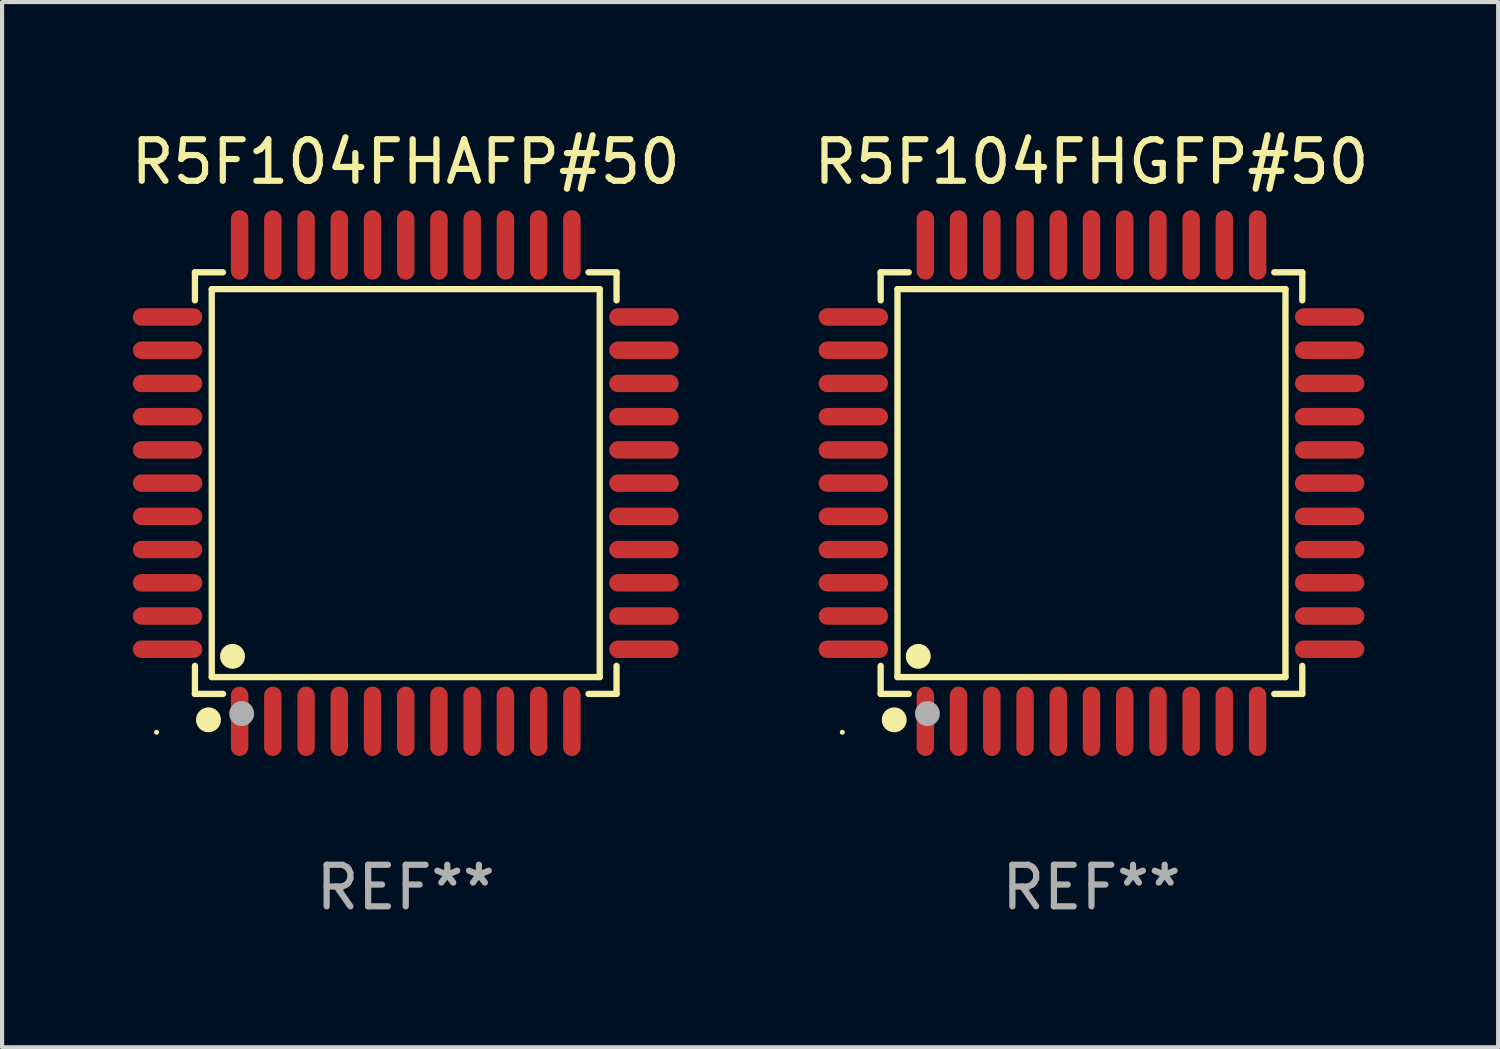
<source format=kicad_pcb>
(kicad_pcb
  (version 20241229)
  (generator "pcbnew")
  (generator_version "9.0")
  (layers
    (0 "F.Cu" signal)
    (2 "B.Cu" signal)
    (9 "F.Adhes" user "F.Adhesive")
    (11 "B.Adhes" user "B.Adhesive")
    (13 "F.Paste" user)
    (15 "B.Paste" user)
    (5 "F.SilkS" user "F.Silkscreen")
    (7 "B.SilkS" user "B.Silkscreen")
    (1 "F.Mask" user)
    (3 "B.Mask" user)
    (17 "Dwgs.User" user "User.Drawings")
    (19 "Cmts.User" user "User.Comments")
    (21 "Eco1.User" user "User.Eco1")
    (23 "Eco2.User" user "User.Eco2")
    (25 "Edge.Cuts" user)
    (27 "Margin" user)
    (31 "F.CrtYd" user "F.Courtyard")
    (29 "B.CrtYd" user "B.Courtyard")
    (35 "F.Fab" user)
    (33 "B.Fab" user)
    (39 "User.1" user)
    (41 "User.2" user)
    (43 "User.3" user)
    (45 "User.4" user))
  (footprint "R5F104FHGFP#50"
    (layer "F.Cu")
    (at 23.232 8.583)
    (property "Reference" "R5F104FHGFP#50" (at 0 -7.735 0) (layer "F.SilkS") (effects (font (size 1 1) (thickness 0.15))))
    (attr through_hole)
    (fp_line (start -5.076 -5.076) (end -4.401 -5.076) (stroke (width 0.152) (type solid)) (layer "F.SilkS"))
    (fp_line (start -5.076 -4.401) (end -5.076 -5.076) (stroke (width 0.152) (type solid)) (layer "F.SilkS"))
    (fp_line (start -5.076 4.401) (end -5.076 5.076) (stroke (width 0.152) (type solid)) (layer "F.SilkS"))
    (fp_line (start -5.076 5.076) (end -4.401 5.076) (stroke (width 0.152) (type solid)) (layer "F.SilkS"))
    (fp_line (start -4.671 -4.671) (end 4.671 -4.671) (stroke (width 0.152) (type solid)) (layer "F.SilkS"))
    (fp_line (start -4.671 4.671) (end -4.671 -4.671) (stroke (width 0.152) (type solid)) (layer "F.SilkS"))
    (fp_line (start 4.671 -4.671) (end 4.671 4.671) (stroke (width 0.152) (type solid)) (layer "F.SilkS"))
    (fp_line (start 4.671 4.671) (end -4.671 4.671) (stroke (width 0.152) (type solid)) (layer "F.SilkS"))
    (fp_line (start 5.076 -5.076) (end 4.401 -5.076) (stroke (width 0.152) (type solid)) (layer "F.SilkS"))
    (fp_line (start 5.076 -4.401) (end 5.076 -5.076) (stroke (width 0.152) (type solid)) (layer "F.SilkS"))
    (fp_line (start 5.076 4.401) (end 5.076 5.076) (stroke (width 0.152) (type solid)) (layer "F.SilkS"))
    (fp_line (start 5.076 5.076) (end 4.401 5.076) (stroke (width 0.152) (type solid)) (layer "F.SilkS"))
    (fp_circle (center -6 6) (end -5.97 6) (stroke (width 0.06) (type solid)) (fill no) (layer "F.SilkS"))
    (fp_circle (center -4.75 5.7) (end -4.6 5.7) (stroke (width 0.3) (type solid)) (fill no) (layer "F.SilkS"))
    (fp_circle (center -4.171 4.171) (end -4.021 4.171) (stroke (width 0.3) (type solid)) (fill no) (layer "F.SilkS"))
    (fp_circle (center -3.95 5.55) (end -3.8 5.55) (stroke (width 0.3) (type solid)) (fill no) (layer "F.Fab"))
    (fp_text user "REF**" (at 0 9.735 0) (layer "F.Fab") (effects (font (size 1 1) (thickness 0.15))))
    (pad "1" smd oval (at -4 5.735) (size 0.42 1.67) (layers "F.Cu" "F.Mask" "F.Paste"))
    (pad "2" smd oval (at -3.2 5.735) (size 0.42 1.67) (layers "F.Cu" "F.Mask" "F.Paste"))
    (pad "3" smd oval (at -2.4 5.735) (size 0.42 1.67) (layers "F.Cu" "F.Mask" "F.Paste"))
    (pad "4" smd oval (at -1.6 5.735) (size 0.42 1.67) (layers "F.Cu" "F.Mask" "F.Paste"))
    (pad "5" smd oval (at -0.8 5.735) (size 0.42 1.67) (layers "F.Cu" "F.Mask" "F.Paste"))
    (pad "6" smd oval (at 0 5.735) (size 0.42 1.67) (layers "F.Cu" "F.Mask" "F.Paste"))
    (pad "7" smd oval (at 0.8 5.735) (size 0.42 1.67) (layers "F.Cu" "F.Mask" "F.Paste"))
    (pad "8" smd oval (at 1.6 5.735) (size 0.42 1.67) (layers "F.Cu" "F.Mask" "F.Paste"))
    (pad "9" smd oval (at 2.4 5.735) (size 0.42 1.67) (layers "F.Cu" "F.Mask" "F.Paste"))
    (pad "10" smd oval (at 3.2 5.735) (size 0.42 1.67) (layers "F.Cu" "F.Mask" "F.Paste"))
    (pad "11" smd oval (at 4 5.735) (size 0.42 1.67) (layers "F.Cu" "F.Mask" "F.Paste"))
    (pad "12" smd oval (at 5.735 4) (size 1.67 0.42) (layers "F.Cu" "F.Mask" "F.Paste"))
    (pad "13" smd oval (at 5.735 3.2) (size 1.67 0.42) (layers "F.Cu" "F.Mask" "F.Paste"))
    (pad "14" smd oval (at 5.735 2.4) (size 1.67 0.42) (layers "F.Cu" "F.Mask" "F.Paste"))
    (pad "15" smd oval (at 5.735 1.6) (size 1.67 0.42) (layers "F.Cu" "F.Mask" "F.Paste"))
    (pad "16" smd oval (at 5.735 0.8) (size 1.67 0.42) (layers "F.Cu" "F.Mask" "F.Paste"))
    (pad "17" smd oval (at 5.735 0) (size 1.67 0.42) (layers "F.Cu" "F.Mask" "F.Paste"))
    (pad "18" smd oval (at 5.735 -0.8) (size 1.67 0.42) (layers "F.Cu" "F.Mask" "F.Paste"))
    (pad "19" smd oval (at 5.735 -1.6) (size 1.67 0.42) (layers "F.Cu" "F.Mask" "F.Paste"))
    (pad "20" smd oval (at 5.735 -2.4) (size 1.67 0.42) (layers "F.Cu" "F.Mask" "F.Paste"))
    (pad "21" smd oval (at 5.735 -3.2) (size 1.67 0.42) (layers "F.Cu" "F.Mask" "F.Paste"))
    (pad "22" smd oval (at 5.735 -4) (size 1.67 0.42) (layers "F.Cu" "F.Mask" "F.Paste"))
    (pad "23" smd oval (at 4 -5.735) (size 0.42 1.67) (layers "F.Cu" "F.Mask" "F.Paste"))
    (pad "24" smd oval (at 3.2 -5.735) (size 0.42 1.67) (layers "F.Cu" "F.Mask" "F.Paste"))
    (pad "25" smd oval (at 2.4 -5.735) (size 0.42 1.67) (layers "F.Cu" "F.Mask" "F.Paste"))
    (pad "26" smd oval (at 1.6 -5.735) (size 0.42 1.67) (layers "F.Cu" "F.Mask" "F.Paste"))
    (pad "27" smd oval (at 0.8 -5.735) (size 0.42 1.67) (layers "F.Cu" "F.Mask" "F.Paste"))
    (pad "28" smd oval (at 0 -5.735) (size 0.42 1.67) (layers "F.Cu" "F.Mask" "F.Paste"))
    (pad "29" smd oval (at -0.8 -5.735) (size 0.42 1.67) (layers "F.Cu" "F.Mask" "F.Paste"))
    (pad "30" smd oval (at -1.6 -5.735) (size 0.42 1.67) (layers "F.Cu" "F.Mask" "F.Paste"))
    (pad "31" smd oval (at -2.4 -5.735) (size 0.42 1.67) (layers "F.Cu" "F.Mask" "F.Paste"))
    (pad "32" smd oval (at -3.2 -5.735) (size 0.42 1.67) (layers "F.Cu" "F.Mask" "F.Paste"))
    (pad "33" smd oval (at -4 -5.735) (size 0.42 1.67) (layers "F.Cu" "F.Mask" "F.Paste"))
    (pad "34" smd oval (at -5.735 -4) (size 1.67 0.42) (layers "F.Cu" "F.Mask" "F.Paste"))
    (pad "35" smd oval (at -5.735 -3.2) (size 1.67 0.42) (layers "F.Cu" "F.Mask" "F.Paste"))
    (pad "36" smd oval (at -5.735 -2.4) (size 1.67 0.42) (layers "F.Cu" "F.Mask" "F.Paste"))
    (pad "37" smd oval (at -5.735 -1.6) (size 1.67 0.42) (layers "F.Cu" "F.Mask" "F.Paste"))
    (pad "38" smd oval (at -5.735 -0.8) (size 1.67 0.42) (layers "F.Cu" "F.Mask" "F.Paste"))
    (pad "39" smd oval (at -5.735 0) (size 1.67 0.42) (layers "F.Cu" "F.Mask" "F.Paste"))
    (pad "40" smd oval (at -5.735 0.8) (size 1.67 0.42) (layers "F.Cu" "F.Mask" "F.Paste"))
    (pad "41" smd oval (at -5.735 1.6) (size 1.67 0.42) (layers "F.Cu" "F.Mask" "F.Paste"))
    (pad "42" smd oval (at -5.735 2.4) (size 1.67 0.42) (layers "F.Cu" "F.Mask" "F.Paste"))
    (pad "43" smd oval (at -5.735 3.2) (size 1.67 0.42) (layers "F.Cu" "F.Mask" "F.Paste"))
    (pad "44" smd oval (at -5.735 4) (size 1.67 0.42) (layers "F.Cu" "F.Mask" "F.Paste")))
  (footprint "R5F104FHAFP#50"
    (layer "F.Cu")
    (at 6.72 8.583)
    (property "Reference" "R5F104FHAFP#50" (at 0 -7.735 0) (layer "F.SilkS") (effects (font (size 1 1) (thickness 0.15))))
    (attr through_hole)
    (fp_line (start -5.076 -5.076) (end -4.401 -5.076) (stroke (width 0.152) (type solid)) (layer "F.SilkS"))
    (fp_line (start -5.076 -4.401) (end -5.076 -5.076) (stroke (width 0.152) (type solid)) (layer "F.SilkS"))
    (fp_line (start -5.076 4.401) (end -5.076 5.076) (stroke (width 0.152) (type solid)) (layer "F.SilkS"))
    (fp_line (start -5.076 5.076) (end -4.401 5.076) (stroke (width 0.152) (type solid)) (layer "F.SilkS"))
    (fp_line (start -4.671 -4.671) (end 4.671 -4.671) (stroke (width 0.152) (type solid)) (layer "F.SilkS"))
    (fp_line (start -4.671 4.671) (end -4.671 -4.671) (stroke (width 0.152) (type solid)) (layer "F.SilkS"))
    (fp_line (start 4.671 -4.671) (end 4.671 4.671) (stroke (width 0.152) (type solid)) (layer "F.SilkS"))
    (fp_line (start 4.671 4.671) (end -4.671 4.671) (stroke (width 0.152) (type solid)) (layer "F.SilkS"))
    (fp_line (start 5.076 -5.076) (end 4.401 -5.076) (stroke (width 0.152) (type solid)) (layer "F.SilkS"))
    (fp_line (start 5.076 -4.401) (end 5.076 -5.076) (stroke (width 0.152) (type solid)) (layer "F.SilkS"))
    (fp_line (start 5.076 4.401) (end 5.076 5.076) (stroke (width 0.152) (type solid)) (layer "F.SilkS"))
    (fp_line (start 5.076 5.076) (end 4.401 5.076) (stroke (width 0.152) (type solid)) (layer "F.SilkS"))
    (fp_circle (center -6 6) (end -5.97 6) (stroke (width 0.06) (type solid)) (fill no) (layer "F.SilkS"))
    (fp_circle (center -4.75 5.7) (end -4.6 5.7) (stroke (width 0.3) (type solid)) (fill no) (layer "F.SilkS"))
    (fp_circle (center -4.171 4.171) (end -4.021 4.171) (stroke (width 0.3) (type solid)) (fill no) (layer "F.SilkS"))
    (fp_circle (center -3.95 5.55) (end -3.8 5.55) (stroke (width 0.3) (type solid)) (fill no) (layer "F.Fab"))
    (fp_text user "REF**" (at 0 9.735 0) (layer "F.Fab") (effects (font (size 1 1) (thickness 0.15))))
    (pad "1" smd oval (at -4 5.735) (size 0.42 1.67) (layers "F.Cu" "F.Mask" "F.Paste"))
    (pad "2" smd oval (at -3.2 5.735) (size 0.42 1.67) (layers "F.Cu" "F.Mask" "F.Paste"))
    (pad "3" smd oval (at -2.4 5.735) (size 0.42 1.67) (layers "F.Cu" "F.Mask" "F.Paste"))
    (pad "4" smd oval (at -1.6 5.735) (size 0.42 1.67) (layers "F.Cu" "F.Mask" "F.Paste"))
    (pad "5" smd oval (at -0.8 5.735) (size 0.42 1.67) (layers "F.Cu" "F.Mask" "F.Paste"))
    (pad "6" smd oval (at 0 5.735) (size 0.42 1.67) (layers "F.Cu" "F.Mask" "F.Paste"))
    (pad "7" smd oval (at 0.8 5.735) (size 0.42 1.67) (layers "F.Cu" "F.Mask" "F.Paste"))
    (pad "8" smd oval (at 1.6 5.735) (size 0.42 1.67) (layers "F.Cu" "F.Mask" "F.Paste"))
    (pad "9" smd oval (at 2.4 5.735) (size 0.42 1.67) (layers "F.Cu" "F.Mask" "F.Paste"))
    (pad "10" smd oval (at 3.2 5.735) (size 0.42 1.67) (layers "F.Cu" "F.Mask" "F.Paste"))
    (pad "11" smd oval (at 4 5.735) (size 0.42 1.67) (layers "F.Cu" "F.Mask" "F.Paste"))
    (pad "12" smd oval (at 5.735 4) (size 1.67 0.42) (layers "F.Cu" "F.Mask" "F.Paste"))
    (pad "13" smd oval (at 5.735 3.2) (size 1.67 0.42) (layers "F.Cu" "F.Mask" "F.Paste"))
    (pad "14" smd oval (at 5.735 2.4) (size 1.67 0.42) (layers "F.Cu" "F.Mask" "F.Paste"))
    (pad "15" smd oval (at 5.735 1.6) (size 1.67 0.42) (layers "F.Cu" "F.Mask" "F.Paste"))
    (pad "16" smd oval (at 5.735 0.8) (size 1.67 0.42) (layers "F.Cu" "F.Mask" "F.Paste"))
    (pad "17" smd oval (at 5.735 0) (size 1.67 0.42) (layers "F.Cu" "F.Mask" "F.Paste"))
    (pad "18" smd oval (at 5.735 -0.8) (size 1.67 0.42) (layers "F.Cu" "F.Mask" "F.Paste"))
    (pad "19" smd oval (at 5.735 -1.6) (size 1.67 0.42) (layers "F.Cu" "F.Mask" "F.Paste"))
    (pad "20" smd oval (at 5.735 -2.4) (size 1.67 0.42) (layers "F.Cu" "F.Mask" "F.Paste"))
    (pad "21" smd oval (at 5.735 -3.2) (size 1.67 0.42) (layers "F.Cu" "F.Mask" "F.Paste"))
    (pad "22" smd oval (at 5.735 -4) (size 1.67 0.42) (layers "F.Cu" "F.Mask" "F.Paste"))
    (pad "23" smd oval (at 4 -5.735) (size 0.42 1.67) (layers "F.Cu" "F.Mask" "F.Paste"))
    (pad "24" smd oval (at 3.2 -5.735) (size 0.42 1.67) (layers "F.Cu" "F.Mask" "F.Paste"))
    (pad "25" smd oval (at 2.4 -5.735) (size 0.42 1.67) (layers "F.Cu" "F.Mask" "F.Paste"))
    (pad "26" smd oval (at 1.6 -5.735) (size 0.42 1.67) (layers "F.Cu" "F.Mask" "F.Paste"))
    (pad "27" smd oval (at 0.8 -5.735) (size 0.42 1.67) (layers "F.Cu" "F.Mask" "F.Paste"))
    (pad "28" smd oval (at 0 -5.735) (size 0.42 1.67) (layers "F.Cu" "F.Mask" "F.Paste"))
    (pad "29" smd oval (at -0.8 -5.735) (size 0.42 1.67) (layers "F.Cu" "F.Mask" "F.Paste"))
    (pad "30" smd oval (at -1.6 -5.735) (size 0.42 1.67) (layers "F.Cu" "F.Mask" "F.Paste"))
    (pad "31" smd oval (at -2.4 -5.735) (size 0.42 1.67) (layers "F.Cu" "F.Mask" "F.Paste"))
    (pad "32" smd oval (at -3.2 -5.735) (size 0.42 1.67) (layers "F.Cu" "F.Mask" "F.Paste"))
    (pad "33" smd oval (at -4 -5.735) (size 0.42 1.67) (layers "F.Cu" "F.Mask" "F.Paste"))
    (pad "34" smd oval (at -5.735 -4) (size 1.67 0.42) (layers "F.Cu" "F.Mask" "F.Paste"))
    (pad "35" smd oval (at -5.735 -3.2) (size 1.67 0.42) (layers "F.Cu" "F.Mask" "F.Paste"))
    (pad "36" smd oval (at -5.735 -2.4) (size 1.67 0.42) (layers "F.Cu" "F.Mask" "F.Paste"))
    (pad "37" smd oval (at -5.735 -1.6) (size 1.67 0.42) (layers "F.Cu" "F.Mask" "F.Paste"))
    (pad "38" smd oval (at -5.735 -0.8) (size 1.67 0.42) (layers "F.Cu" "F.Mask" "F.Paste"))
    (pad "39" smd oval (at -5.735 0) (size 1.67 0.42) (layers "F.Cu" "F.Mask" "F.Paste"))
    (pad "40" smd oval (at -5.735 0.8) (size 1.67 0.42) (layers "F.Cu" "F.Mask" "F.Paste"))
    (pad "41" smd oval (at -5.735 1.6) (size 1.67 0.42) (layers "F.Cu" "F.Mask" "F.Paste"))
    (pad "42" smd oval (at -5.735 2.4) (size 1.67 0.42) (layers "F.Cu" "F.Mask" "F.Paste"))
    (pad "43" smd oval (at -5.735 3.2) (size 1.67 0.42) (layers "F.Cu" "F.Mask" "F.Paste"))
    (pad "44" smd oval (at -5.735 4) (size 1.67 0.42) (layers "F.Cu" "F.Mask" "F.Paste")))
  (gr_rect
    (start -3 -3)
    (end 33.024 22.167)
    (stroke (width 0.1) (type default))
    (fill no)
    (layer "Edge.Cuts")))
</source>
